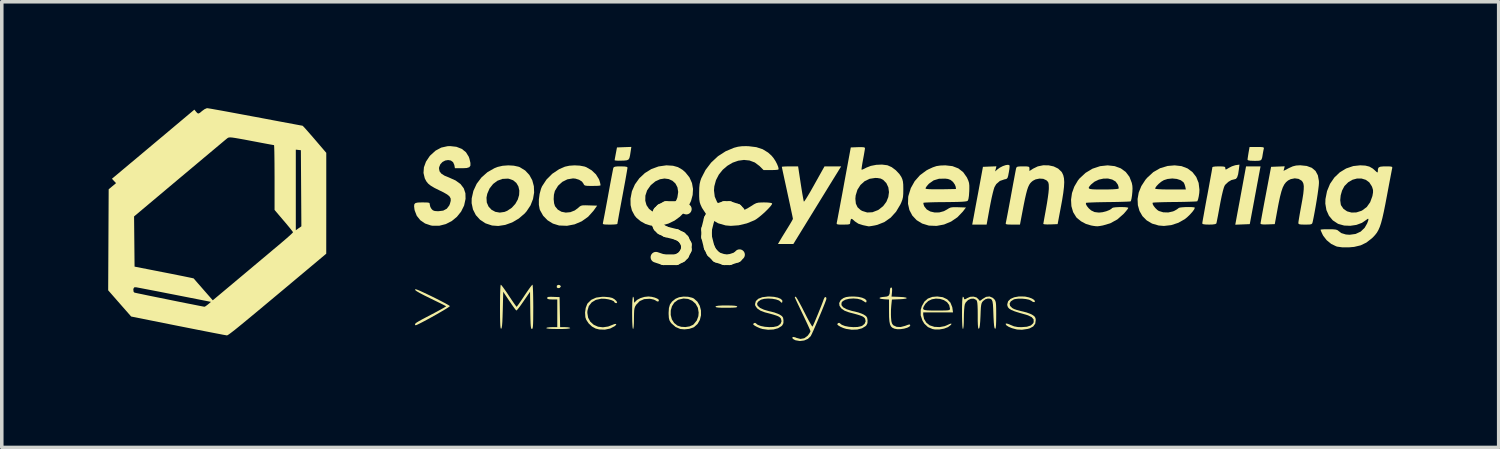
<source format=kicad_pcb>
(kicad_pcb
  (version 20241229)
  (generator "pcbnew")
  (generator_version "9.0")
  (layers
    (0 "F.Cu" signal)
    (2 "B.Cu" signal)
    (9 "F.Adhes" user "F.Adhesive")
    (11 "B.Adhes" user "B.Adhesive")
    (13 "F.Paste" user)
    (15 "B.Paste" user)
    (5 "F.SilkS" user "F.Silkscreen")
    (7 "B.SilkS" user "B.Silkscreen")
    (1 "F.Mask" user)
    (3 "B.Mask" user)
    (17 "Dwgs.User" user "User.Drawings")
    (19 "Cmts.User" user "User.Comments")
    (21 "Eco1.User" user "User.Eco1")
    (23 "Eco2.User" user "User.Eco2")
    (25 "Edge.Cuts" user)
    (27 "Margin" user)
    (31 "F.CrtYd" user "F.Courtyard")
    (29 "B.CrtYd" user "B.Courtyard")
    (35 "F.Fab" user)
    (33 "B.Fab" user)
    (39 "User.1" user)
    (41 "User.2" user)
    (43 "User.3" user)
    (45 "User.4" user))
  (footprint "SC"
    (layer "F.Cu")
    (at 16.622 3.595)
    (property "Reference" "SC" (at 0 0 0) (layer "F.SilkS") (effects (font (size 1.5 1.5) (thickness 0.3))))
    (attr board_only exclude_from_pos_files exclude_from_bom)
    (fp_poly (pts (xy -3.882 1.397) (xy -3.861 1.427) (xy -3.862 1.439) (xy -3.894 1.473) (xy -3.942 1.479) (xy -3.973 1.458) (xy -3.974 1.416) (xy -3.964 1.401) (xy -3.924 1.386)) (stroke (width 0) (type solid)) (fill yes) (layer "F.SilkS"))
    (fp_poly (pts (xy -1.891 -2.379) (xy -1.909 -2.263) (xy -1.927 -2.188) (xy -1.954 -2.146) (xy -1.999 -2.126) (xy -2.073 -2.118) (xy -2.145 -2.116) (xy -2.239 -2.114) (xy -2.309 -2.118) (xy -2.342 -2.126) (xy -2.343 -2.129) (xy -2.338 -2.163) (xy -2.325 -2.233) (xy -2.309 -2.319) (xy -2.277 -2.488) (xy -2.075 -2.496) (xy -1.872 -2.503)) (stroke (width 0) (type solid)) (fill yes) (layer "F.SilkS"))
    (fp_poly (pts (xy 0.949 1.969) (xy 1.044 1.975) (xy 1.097 1.986) (xy 1.114 1.999) (xy 1.106 2.014) (xy 1.067 2.024) (xy 0.991 2.029) (xy 0.872 2.032) (xy 0.808 2.032) (xy 0.668 2.031) (xy 0.575 2.026) (xy 0.521 2.018) (xy 0.501 2.006) (xy 0.501 1.999) (xy 0.524 1.984) (xy 0.584 1.974) (xy 0.685 1.968) (xy 0.808 1.967)) (stroke (width 0) (type solid)) (fill yes) (layer "F.SilkS"))
    (fp_poly (pts (xy 15.849 -1.856) (xy 15.84 -1.805) (xy 15.822 -1.711) (xy 15.798 -1.58) (xy 15.768 -1.422) (xy 15.735 -1.243) (xy 15.699 -1.052) (xy 15.698 -1.042) (xy 15.564 -0.326) (xy 15.36 -0.318) (xy 15.155 -0.31) (xy 15.169 -0.383) (xy 15.177 -0.427) (xy 15.193 -0.515) (xy 15.216 -0.639) (xy 15.245 -0.794) (xy 15.278 -0.97) (xy 15.313 -1.162) (xy 15.321 -1.205) (xy 15.459 -1.954) (xy 15.663 -1.954) (xy 15.868 -1.954)) (stroke (width 0) (type solid)) (fill yes) (layer "F.SilkS"))
    (fp_poly (pts (xy 15.869 -2.5) (xy 15.93 -2.495) (xy 15.958 -2.484) (xy 15.962 -2.464) (xy 15.96 -2.455) (xy 15.948 -2.4) (xy 15.934 -2.323) (xy 15.931 -2.306) (xy 15.915 -2.208) (xy 15.896 -2.15) (xy 15.862 -2.121) (xy 15.8 -2.111) (xy 15.7 -2.11) (xy 15.694 -2.11) (xy 15.58 -2.114) (xy 15.516 -2.126) (xy 15.501 -2.141) (xy 15.505 -2.181) (xy 15.516 -2.255) (xy 15.529 -2.336) (xy 15.558 -2.501) (xy 15.765 -2.501)) (stroke (width 0) (type solid)) (fill yes) (layer "F.SilkS"))
    (fp_poly (pts (xy -4.071 1.725) (xy -3.895 1.732) (xy -3.888 2.156) (xy -3.88 2.579) (xy -3.738 2.579) (xy -3.659 2.583) (xy -3.608 2.594) (xy -3.595 2.605) (xy -3.62 2.616) (xy -3.692 2.625) (xy -3.805 2.63) (xy -3.934 2.631) (xy -4.079 2.629) (xy -4.187 2.624) (xy -4.253 2.615) (xy -4.272 2.605) (xy -4.249 2.591) (xy -4.187 2.582) (xy -4.116 2.579) (xy -3.96 2.579) (xy -3.96 2.188) (xy -3.96 1.798) (xy -4.103 1.798) (xy -4.189 1.794) (xy -4.233 1.782) (xy -4.246 1.759) (xy -4.246 1.757) (xy -4.237 1.736) (xy -4.204 1.725) (xy -4.135 1.723)) (stroke (width 0) (type solid)) (fill yes) (layer "F.SilkS"))
    (fp_poly (pts (xy 8.79 -1.983) (xy 8.79 -1.983) (xy 8.792 -1.948) (xy 8.786 -1.878) (xy 8.771 -1.786) (xy 8.77 -1.782) (xy 8.752 -1.688) (xy 8.735 -1.633) (xy 8.711 -1.605) (xy 8.673 -1.592) (xy 8.648 -1.588) (xy 8.517 -1.543) (xy 8.418 -1.457) (xy 8.367 -1.372) (xy 8.347 -1.311) (xy 8.32 -1.21) (xy 8.289 -1.078) (xy 8.258 -0.927) (xy 8.231 -0.788) (xy 8.145 -0.313) (xy 7.942 -0.313) (xy 7.739 -0.313) (xy 7.752 -0.384) (xy 7.76 -0.428) (xy 7.777 -0.515) (xy 7.8 -0.64) (xy 7.828 -0.794) (xy 7.861 -0.97) (xy 7.897 -1.161) (xy 7.904 -1.198) (xy 8.041 -1.941) (xy 8.231 -1.949) (xy 8.421 -1.956) (xy 8.403 -1.883) (xy 8.384 -1.811) (xy 8.445 -1.866) (xy 8.518 -1.919) (xy 8.602 -1.962) (xy 8.685 -1.99) (xy 8.752 -1.999)) (stroke (width 0) (type solid)) (fill yes) (layer "F.SilkS"))
    (fp_poly (pts (xy -2.067 -1.951) (xy -2.005 -1.942) (xy -1.981 -1.925) (xy -1.98 -1.919) (xy -1.985 -1.886) (xy -1.998 -1.808) (xy -2.018 -1.692) (xy -2.044 -1.545) (xy -2.076 -1.373) (xy -2.111 -1.183) (xy -2.123 -1.118) (xy -2.159 -0.925) (xy -2.192 -0.748) (xy -2.22 -0.595) (xy -2.242 -0.47) (xy -2.258 -0.382) (xy -2.266 -0.337) (xy -2.266 -0.332) (xy -2.29 -0.323) (xy -2.354 -0.316) (xy -2.446 -0.313) (xy -2.477 -0.313) (xy -2.581 -0.314) (xy -2.642 -0.319) (xy -2.671 -0.329) (xy -2.676 -0.348) (xy -2.673 -0.358) (xy -2.666 -0.395) (xy -2.65 -0.476) (xy -2.627 -0.594) (xy -2.599 -0.743) (xy -2.567 -0.915) (xy -2.532 -1.103) (xy -2.527 -1.133) (xy -2.492 -1.323) (xy -2.46 -1.498) (xy -2.431 -1.651) (xy -2.407 -1.775) (xy -2.39 -1.862) (xy -2.381 -1.906) (xy -2.38 -1.908) (xy -2.365 -1.932) (xy -2.33 -1.946) (xy -2.263 -1.953) (xy -2.174 -1.954)) (stroke (width 0) (type solid)) (fill yes) (layer "F.SilkS"))
    (fp_poly (pts (xy -1.3 1.723) (xy -1.211 1.745) (xy -1.139 1.775) (xy -1.098 1.807) (xy -1.094 1.82) (xy -1.11 1.856) (xy -1.149 1.852) (xy -1.177 1.832) (xy -1.234 1.803) (xy -1.321 1.783) (xy -1.362 1.779) (xy -1.512 1.789) (xy -1.636 1.844) (xy -1.734 1.945) (xy -1.738 1.951) (xy -1.765 1.996) (xy -1.782 2.043) (xy -1.792 2.106) (xy -1.796 2.196) (xy -1.798 2.325) (xy -1.798 2.335) (xy -1.8 2.468) (xy -1.806 2.565) (xy -1.816 2.62) (xy -1.824 2.631) (xy -1.834 2.606) (xy -1.841 2.532) (xy -1.847 2.413) (xy -1.849 2.253) (xy -1.85 2.175) (xy -1.848 1.999) (xy -1.844 1.863) (xy -1.837 1.77) (xy -1.828 1.724) (xy -1.824 1.719) (xy -1.807 1.742) (xy -1.797 1.799) (xy -1.797 1.817) (xy -1.794 1.876) (xy -1.784 1.889) (xy -1.769 1.869) (xy -1.711 1.811) (xy -1.617 1.761) (xy -1.505 1.726) (xy -1.391 1.714)) (stroke (width 0) (type solid)) (fill yes) (layer "F.SilkS"))
    (fp_poly (pts (xy -7.911 1.522) (xy -7.838 1.552) (xy -7.738 1.598) (xy -7.619 1.654) (xy -7.49 1.716) (xy -7.359 1.781) (xy -7.236 1.844) (xy -7.129 1.9) (xy -7.047 1.946) (xy -6.998 1.976) (xy -6.988 1.986) (xy -7.008 2.005) (xy -7.066 2.043) (xy -7.154 2.097) (xy -7.264 2.161) (xy -7.387 2.232) (xy -7.516 2.304) (xy -7.642 2.373) (xy -7.757 2.434) (xy -7.853 2.483) (xy -7.922 2.516) (xy -7.956 2.527) (xy -7.972 2.507) (xy -7.972 2.504) (xy -7.968 2.488) (xy -7.953 2.47) (xy -7.922 2.446) (xy -7.867 2.413) (xy -7.784 2.367) (xy -7.667 2.305) (xy -7.509 2.222) (xy -7.495 2.215) (xy -7.363 2.145) (xy -7.251 2.084) (xy -7.164 2.035) (xy -7.109 2.002) (xy -7.094 1.989) (xy -7.12 1.975) (xy -7.185 1.941) (xy -7.282 1.893) (xy -7.403 1.834) (xy -7.532 1.771) (xy -7.708 1.684) (xy -7.838 1.616) (xy -7.924 1.566) (xy -7.967 1.532) (xy -7.97 1.515) (xy -7.948 1.511)) (stroke (width 0) (type solid)) (fill yes) (layer "F.SilkS"))
    (fp_poly (pts (xy -2.618 1.724) (xy -2.496 1.735) (xy -2.411 1.755) (xy -2.354 1.787) (xy -2.295 1.84) (xy -2.272 1.88) (xy -2.289 1.9) (xy -2.303 1.902) (xy -2.339 1.889) (xy -2.345 1.878) (xy -2.368 1.847) (xy -2.43 1.818) (xy -2.517 1.794) (xy -2.614 1.779) (xy -2.709 1.776) (xy -2.723 1.777) (xy -2.874 1.81) (xy -2.991 1.881) (xy -3.071 1.984) (xy -3.11 2.118) (xy -3.113 2.175) (xy -3.09 2.313) (xy -3.027 2.427) (xy -2.932 2.512) (xy -2.811 2.566) (xy -2.673 2.583) (xy -2.526 2.561) (xy -2.43 2.524) (xy -2.353 2.493) (xy -2.306 2.487) (xy -2.296 2.503) (xy -2.327 2.539) (xy -2.345 2.553) (xy -2.47 2.618) (xy -2.619 2.649) (xy -2.776 2.644) (xy -2.879 2.618) (xy -2.981 2.562) (xy -3.074 2.475) (xy -3.142 2.374) (xy -3.168 2.3) (xy -3.177 2.167) (xy -3.158 2.036) (xy -3.116 1.926) (xy -3.103 1.906) (xy -3.002 1.808) (xy -2.865 1.746) (xy -2.694 1.723)) (stroke (width 0) (type solid)) (fill yes) (layer "F.SilkS"))
    (fp_poly (pts (xy -0.272 1.722) (xy -0.155 1.75) (xy -0.11 1.771) (xy -0.01 1.86) (xy 0.057 1.976) (xy 0.091 2.107) (xy 0.092 2.244) (xy 0.06 2.375) (xy -0.005 2.489) (xy -0.101 2.575) (xy -0.126 2.589) (xy -0.241 2.627) (xy -0.374 2.641) (xy -0.492 2.631) (xy -0.624 2.574) (xy -0.741 2.472) (xy -0.767 2.439) (xy -0.797 2.387) (xy -0.814 2.321) (xy -0.819 2.235) (xy -0.762 2.235) (xy -0.731 2.357) (xy -0.666 2.461) (xy -0.572 2.535) (xy -0.466 2.569) (xy -0.345 2.576) (xy -0.228 2.557) (xy -0.134 2.514) (xy -0.115 2.499) (xy -0.027 2.391) (xy 0.018 2.268) (xy 0.026 2.167) (xy 0.003 2.031) (xy -0.06 1.919) (xy -0.155 1.834) (xy -0.272 1.783) (xy -0.403 1.771) (xy -0.54 1.803) (xy -0.562 1.813) (xy -0.661 1.886) (xy -0.727 1.989) (xy -0.761 2.109) (xy -0.762 2.235) (xy -0.819 2.235) (xy -0.82 2.225) (xy -0.821 2.175) (xy -0.812 2.039) (xy -0.783 1.939) (xy -0.725 1.858) (xy -0.63 1.781) (xy -0.625 1.778) (xy -0.527 1.736) (xy -0.403 1.717)) (stroke (width 0) (type solid)) (fill yes) (layer "F.SilkS"))
    (fp_poly (pts (xy 5.475 1.473) (xy 5.481 1.521) (xy 5.477 1.588) (xy 5.464 1.717) (xy 5.682 1.725) (xy 5.804 1.733) (xy 5.875 1.746) (xy 5.896 1.76) (xy 5.864 1.775) (xy 5.782 1.786) (xy 5.688 1.792) (xy 5.475 1.8) (xy 5.457 1.968) (xy 5.448 2.092) (xy 5.447 2.23) (xy 5.45 2.309) (xy 5.459 2.41) (xy 5.476 2.474) (xy 5.505 2.516) (xy 5.521 2.53) (xy 5.609 2.57) (xy 5.721 2.575) (xy 5.845 2.543) (xy 5.853 2.54) (xy 5.933 2.51) (xy 5.976 2.503) (xy 5.991 2.52) (xy 5.992 2.528) (xy 5.968 2.564) (xy 5.906 2.595) (xy 5.819 2.62) (xy 5.722 2.635) (xy 5.627 2.637) (xy 5.55 2.623) (xy 5.491 2.597) (xy 5.449 2.559) (xy 5.421 2.5) (xy 5.404 2.414) (xy 5.395 2.292) (xy 5.393 2.131) (xy 5.393 1.8) (xy 5.256 1.792) (xy 5.165 1.781) (xy 5.125 1.764) (xy 5.136 1.745) (xy 5.197 1.73) (xy 5.253 1.725) (xy 5.34 1.714) (xy 5.389 1.685) (xy 5.412 1.628) (xy 5.418 1.531) (xy 5.418 1.531) (xy 5.43 1.476) (xy 5.454 1.459)) (stroke (width 0) (type solid)) (fill yes) (layer "F.SilkS"))
    (fp_poly (pts (xy 2.904 -1.465) (xy 2.928 -1.312) (xy 2.95 -1.176) (xy 2.97 -1.066) (xy 2.984 -0.991) (xy 2.993 -0.959) (xy 2.993 -0.959) (xy 3.01 -0.976) (xy 3.048 -1.032) (xy 3.103 -1.121) (xy 3.172 -1.237) (xy 3.25 -1.375) (xy 3.291 -1.448) (xy 3.574 -1.954) (xy 3.809 -1.954) (xy 4.044 -1.954) (xy 4.007 -1.895) (xy 3.986 -1.862) (xy 3.941 -1.788) (xy 3.874 -1.68) (xy 3.788 -1.541) (xy 3.687 -1.377) (xy 3.573 -1.191) (xy 3.449 -0.99) (xy 3.333 -0.801) (xy 2.696 0.234) (xy 2.479 0.234) (xy 2.262 0.234) (xy 2.331 0.116) (xy 2.376 0.04) (xy 2.439 -0.062) (xy 2.509 -0.175) (xy 2.542 -0.228) (xy 2.601 -0.325) (xy 2.648 -0.405) (xy 2.677 -0.459) (xy 2.683 -0.475) (xy 2.678 -0.506) (xy 2.663 -0.58) (xy 2.639 -0.692) (xy 2.609 -0.835) (xy 2.573 -1.002) (xy 2.533 -1.186) (xy 2.527 -1.214) (xy 2.487 -1.399) (xy 2.45 -1.568) (xy 2.419 -1.713) (xy 2.394 -1.828) (xy 2.378 -1.906) (xy 2.371 -1.941) (xy 2.371 -1.942) (xy 2.395 -1.947) (xy 2.459 -1.951) (xy 2.552 -1.954) (xy 2.6 -1.954) (xy 2.83 -1.954)) (stroke (width 0) (type solid)) (fill yes) (layer "F.SilkS"))
    (fp_poly (pts (xy -5.187 -1.974) (xy -5.053 -1.945) (xy -5.018 -1.932) (xy -4.865 -1.838) (xy -4.747 -1.712) (xy -4.665 -1.562) (xy -4.62 -1.394) (xy -4.613 -1.216) (xy -4.644 -1.034) (xy -4.714 -0.855) (xy -4.825 -0.688) (xy -4.88 -0.625) (xy -5.046 -0.483) (xy -5.232 -0.374) (xy -5.428 -0.304) (xy -5.624 -0.274) (xy -5.8 -0.287) (xy -5.983 -0.348) (xy -6.136 -0.448) (xy -6.256 -0.58) (xy -6.337 -0.739) (xy -6.375 -0.917) (xy -6.373 -1.05) (xy -6.368 -1.073) (xy -5.956 -1.073) (xy -5.948 -0.937) (xy -5.898 -0.821) (xy -5.815 -0.732) (xy -5.707 -0.673) (xy -5.582 -0.651) (xy -5.449 -0.67) (xy -5.372 -0.701) (xy -5.241 -0.789) (xy -5.142 -0.898) (xy -5.073 -1.02) (xy -5.036 -1.147) (xy -5.03 -1.272) (xy -5.056 -1.388) (xy -5.114 -1.487) (xy -5.204 -1.562) (xy -5.325 -1.605) (xy -5.354 -1.609) (xy -5.506 -1.601) (xy -5.648 -1.549) (xy -5.771 -1.457) (xy -5.869 -1.332) (xy -5.934 -1.182) (xy -5.956 -1.073) (xy -6.368 -1.073) (xy -6.325 -1.264) (xy -6.232 -1.464) (xy -6.098 -1.641) (xy -5.93 -1.79) (xy -5.732 -1.903) (xy -5.641 -1.939) (xy -5.501 -1.971) (xy -5.343 -1.983)) (stroke (width 0) (type solid)) (fill yes) (layer "F.SilkS"))
    (fp_poly (pts (xy 15.256 -1.863) (xy 15.236 -1.732) (xy 15.209 -1.647) (xy 15.174 -1.602) (xy 15.13 -1.589) (xy 15.047 -1.569) (xy 14.957 -1.516) (xy 14.88 -1.444) (xy 14.854 -1.408) (xy 14.833 -1.355) (xy 14.806 -1.26) (xy 14.775 -1.13) (xy 14.743 -0.975) (xy 14.72 -0.854) (xy 14.692 -0.701) (xy 14.667 -0.565) (xy 14.645 -0.455) (xy 14.63 -0.378) (xy 14.622 -0.345) (xy 14.589 -0.326) (xy 14.507 -0.315) (xy 14.417 -0.313) (xy 14.308 -0.316) (xy 14.245 -0.326) (xy 14.224 -0.344) (xy 14.224 -0.345) (xy 14.229 -0.378) (xy 14.242 -0.456) (xy 14.263 -0.571) (xy 14.289 -0.718) (xy 14.32 -0.89) (xy 14.355 -1.079) (xy 14.368 -1.144) (xy 14.404 -1.338) (xy 14.436 -1.515) (xy 14.464 -1.669) (xy 14.487 -1.793) (xy 14.502 -1.882) (xy 14.51 -1.928) (xy 14.511 -1.933) (xy 14.534 -1.943) (xy 14.597 -1.951) (xy 14.686 -1.954) (xy 14.693 -1.954) (xy 14.789 -1.952) (xy 14.844 -1.946) (xy 14.869 -1.932) (xy 14.875 -1.906) (xy 14.875 -1.901) (xy 14.878 -1.871) (xy 14.894 -1.866) (xy 14.935 -1.888) (xy 14.973 -1.911) (xy 15.061 -1.956) (xy 15.154 -1.986) (xy 15.172 -1.989) (xy 15.273 -2.004)) (stroke (width 0) (type solid)) (fill yes) (layer "F.SilkS"))
    (fp_poly (pts (xy -0.698 -1.972) (xy -0.558 -1.933) (xy -0.433 -1.86) (xy -0.347 -1.785) (xy -0.232 -1.641) (xy -0.162 -1.483) (xy -0.133 -1.317) (xy -0.143 -1.148) (xy -0.189 -0.98) (xy -0.266 -0.818) (xy -0.371 -0.669) (xy -0.502 -0.536) (xy -0.654 -0.425) (xy -0.825 -0.342) (xy -1.011 -0.29) (xy -1.208 -0.276) (xy -1.336 -0.288) (xy -1.472 -0.33) (xy -1.607 -0.405) (xy -1.724 -0.501) (xy -1.779 -0.567) (xy -1.856 -0.711) (xy -1.893 -0.862) (xy -1.895 -0.986) (xy -1.479 -0.986) (xy -1.445 -0.862) (xy -1.374 -0.756) (xy -1.278 -0.683) (xy -1.263 -0.676) (xy -1.163 -0.655) (xy -1.042 -0.66) (xy -0.923 -0.69) (xy -0.897 -0.7) (xy -0.783 -0.775) (xy -0.679 -0.885) (xy -0.6 -1.01) (xy -0.573 -1.082) (xy -0.551 -1.233) (xy -0.572 -1.363) (xy -0.627 -1.469) (xy -0.711 -1.547) (xy -0.817 -1.596) (xy -0.937 -1.612) (xy -1.065 -1.591) (xy -1.194 -1.532) (xy -1.317 -1.43) (xy -1.332 -1.414) (xy -1.428 -1.277) (xy -1.476 -1.13) (xy -1.479 -0.986) (xy -1.895 -0.986) (xy -1.896 -1.037) (xy -1.896 -1.042) (xy -1.856 -1.252) (xy -1.771 -1.446) (xy -1.647 -1.619) (xy -1.491 -1.765) (xy -1.309 -1.878) (xy -1.106 -1.952) (xy -0.889 -1.983) (xy -0.87 -1.983)) (stroke (width 0) (type solid)) (fill yes) (layer "F.SilkS"))
    (fp_poly (pts (xy 6.908 1.734) (xy 7.033 1.793) (xy 7.124 1.887) (xy 7.176 2.015) (xy 7.182 2.054) (xy 7.197 2.162) (xy 6.777 2.162) (xy 6.357 2.162) (xy 6.357 2.23) (xy 6.381 2.347) (xy 6.445 2.452) (xy 6.539 2.527) (xy 6.541 2.528) (xy 6.672 2.57) (xy 6.82 2.577) (xy 6.962 2.551) (xy 7.021 2.527) (xy 7.107 2.487) (xy 7.15 2.477) (xy 7.15 2.497) (xy 7.137 2.516) (xy 7.057 2.577) (xy 6.944 2.621) (xy 6.814 2.644) (xy 6.682 2.643) (xy 6.62 2.632) (xy 6.491 2.577) (xy 6.389 2.481) (xy 6.337 2.396) (xy 6.286 2.245) (xy 6.287 2.092) (xy 6.301 2.047) (xy 6.353 2.047) (xy 6.361 2.077) (xy 6.4 2.096) (xy 6.476 2.106) (xy 6.593 2.11) (xy 6.734 2.11) (xy 6.881 2.11) (xy 6.984 2.108) (xy 7.051 2.104) (xy 7.089 2.096) (xy 7.107 2.083) (xy 7.112 2.065) (xy 7.112 2.057) (xy 7.089 1.955) (xy 7.029 1.874) (xy 6.939 1.816) (xy 6.831 1.782) (xy 6.715 1.774) (xy 6.601 1.793) (xy 6.498 1.842) (xy 6.416 1.922) (xy 6.406 1.939) (xy 6.369 2.002) (xy 6.353 2.047) (xy 6.301 2.047) (xy 6.318 1.987) (xy 6.391 1.858) (xy 6.488 1.773) (xy 6.614 1.726) (xy 6.751 1.714)) (stroke (width 0) (type solid)) (fill yes) (layer "F.SilkS"))
    (fp_poly (pts (xy 9.208 1.715) (xy 9.242 1.719) (xy 9.339 1.74) (xy 9.425 1.773) (xy 9.486 1.813) (xy 9.509 1.85) (xy 9.491 1.874) (xy 9.449 1.866) (xy 9.401 1.833) (xy 9.343 1.805) (xy 9.251 1.786) (xy 9.142 1.775) (xy 9.033 1.776) (xy 8.941 1.788) (xy 8.909 1.798) (xy 8.827 1.85) (xy 8.793 1.913) (xy 8.806 1.979) (xy 8.867 2.04) (xy 8.924 2.07) (xy 9.001 2.096) (xy 9.102 2.123) (xy 9.167 2.138) (xy 9.272 2.165) (xy 9.373 2.202) (xy 9.421 2.224) (xy 9.488 2.269) (xy 9.52 2.318) (xy 9.53 2.373) (xy 9.516 2.478) (xy 9.458 2.559) (xy 9.355 2.614) (xy 9.299 2.629) (xy 9.141 2.652) (xy 9.008 2.646) (xy 8.975 2.639) (xy 8.858 2.607) (xy 8.765 2.568) (xy 8.703 2.528) (xy 8.681 2.491) (xy 8.685 2.48) (xy 8.715 2.477) (xy 8.775 2.496) (xy 8.822 2.517) (xy 8.918 2.556) (xy 9.021 2.575) (xy 9.124 2.579) (xy 9.281 2.567) (xy 9.392 2.531) (xy 9.458 2.47) (xy 9.472 2.434) (xy 9.469 2.359) (xy 9.416 2.297) (xy 9.313 2.246) (xy 9.25 2.226) (xy 9.072 2.176) (xy 8.938 2.134) (xy 8.843 2.095) (xy 8.781 2.056) (xy 8.745 2.015) (xy 8.729 1.966) (xy 8.727 1.931) (xy 8.751 1.849) (xy 8.818 1.783) (xy 8.922 1.737) (xy 9.054 1.713)) (stroke (width 0) (type solid)) (fill yes) (layer "F.SilkS"))
    (fp_poly (pts (xy -3.324 -1.975) (xy -3.193 -1.95) (xy -3.143 -1.932) (xy -2.992 -1.844) (xy -2.87 -1.729) (xy -2.788 -1.597) (xy -2.773 -1.56) (xy -2.751 -1.485) (xy -2.741 -1.432) (xy -2.742 -1.417) (xy -2.773 -1.41) (xy -2.839 -1.405) (xy -2.895 -1.404) (xy -3.025 -1.403) (xy -3.113 -1.405) (xy -3.167 -1.412) (xy -3.198 -1.426) (xy -3.213 -1.448) (xy -3.218 -1.461) (xy -3.263 -1.525) (xy -3.345 -1.577) (xy -3.449 -1.609) (xy -3.517 -1.615) (xy -3.675 -1.589) (xy -3.818 -1.518) (xy -3.938 -1.408) (xy -4.026 -1.265) (xy -4.029 -1.258) (xy -4.055 -1.154) (xy -4.062 -1.031) (xy -4.05 -0.913) (xy -4.024 -0.831) (xy -3.947 -0.736) (xy -3.843 -0.675) (xy -3.721 -0.651) (xy -3.591 -0.663) (xy -3.465 -0.713) (xy -3.371 -0.784) (xy -3.33 -0.821) (xy -3.292 -0.844) (xy -3.243 -0.855) (xy -3.17 -0.857) (xy -3.063 -0.854) (xy -2.836 -0.847) (xy -2.94 -0.701) (xy -3.09 -0.534) (xy -3.27 -0.406) (xy -3.471 -0.32) (xy -3.685 -0.279) (xy -3.906 -0.287) (xy -3.915 -0.289) (xy -4.083 -0.341) (xy -4.235 -0.435) (xy -4.359 -0.563) (xy -4.445 -0.717) (xy -4.457 -0.748) (xy -4.479 -0.871) (xy -4.479 -1.021) (xy -4.458 -1.177) (xy -4.419 -1.322) (xy -4.39 -1.391) (xy -4.265 -1.582) (xy -4.101 -1.746) (xy -3.906 -1.876) (xy -3.744 -1.946) (xy -3.62 -1.973) (xy -3.473 -1.983)) (stroke (width 0) (type solid)) (fill yes) (layer "F.SilkS"))
    (fp_poly (pts (xy 2.781 1.742) (xy 2.819 1.803) (xy 2.871 1.897) (xy 2.935 2.016) (xy 3.004 2.153) (xy 3.005 2.154) (xy 3.073 2.288) (xy 3.135 2.404) (xy 3.185 2.492) (xy 3.22 2.548) (xy 3.236 2.564) (xy 3.236 2.564) (xy 3.257 2.522) (xy 3.292 2.443) (xy 3.336 2.338) (xy 3.386 2.218) (xy 3.436 2.094) (xy 3.483 1.978) (xy 3.521 1.879) (xy 3.546 1.811) (xy 3.553 1.789) (xy 3.577 1.741) (xy 3.607 1.728) (xy 3.626 1.752) (xy 3.626 1.787) (xy 3.612 1.83) (xy 3.582 1.91) (xy 3.538 2.02) (xy 3.485 2.15) (xy 3.426 2.29) (xy 3.366 2.432) (xy 3.308 2.566) (xy 3.257 2.682) (xy 3.215 2.773) (xy 3.188 2.827) (xy 3.184 2.834) (xy 3.107 2.908) (xy 3 2.955) (xy 2.878 2.97) (xy 2.759 2.949) (xy 2.745 2.944) (xy 2.693 2.915) (xy 2.672 2.895) (xy 2.668 2.863) (xy 2.7 2.855) (xy 2.76 2.87) (xy 2.786 2.882) (xy 2.897 2.911) (xy 3.004 2.892) (xy 3.096 2.824) (xy 3.113 2.803) (xy 3.154 2.744) (xy 3.177 2.699) (xy 3.178 2.691) (xy 3.167 2.661) (xy 3.137 2.591) (xy 3.091 2.49) (xy 3.032 2.365) (xy 2.965 2.223) (xy 2.957 2.207) (xy 2.889 2.065) (xy 2.829 1.939) (xy 2.781 1.837) (xy 2.749 1.767) (xy 2.736 1.735) (xy 2.735 1.734) (xy 2.755 1.72) (xy 2.761 1.719)) (stroke (width 0) (type solid)) (fill yes) (layer "F.SilkS"))
    (fp_poly (pts (xy 4.53 1.725) (xy 4.635 1.749) (xy 4.714 1.784) (xy 4.757 1.826) (xy 4.756 1.872) (xy 4.755 1.875) (xy 4.726 1.88) (xy 4.686 1.852) (xy 4.609 1.806) (xy 4.505 1.779) (xy 4.388 1.77) (xy 4.271 1.778) (xy 4.167 1.803) (xy 4.089 1.844) (xy 4.054 1.89) (xy 4.052 1.958) (xy 4.101 2.02) (xy 4.2 2.075) (xy 4.347 2.121) (xy 4.425 2.138) (xy 4.53 2.165) (xy 4.632 2.202) (xy 4.679 2.224) (xy 4.745 2.267) (xy 4.776 2.313) (xy 4.788 2.383) (xy 4.788 2.385) (xy 4.785 2.466) (xy 4.757 2.524) (xy 4.732 2.55) (xy 4.632 2.611) (xy 4.498 2.646) (xy 4.342 2.651) (xy 4.185 2.628) (xy 4.104 2.603) (xy 4.025 2.568) (xy 3.963 2.531) (xy 3.934 2.501) (xy 3.934 2.497) (xy 3.953 2.466) (xy 3.989 2.457) (xy 4.009 2.471) (xy 4.062 2.513) (xy 4.152 2.547) (xy 4.265 2.569) (xy 4.388 2.578) (xy 4.506 2.574) (xy 4.605 2.553) (xy 4.638 2.54) (xy 4.706 2.483) (xy 4.734 2.412) (xy 4.718 2.34) (xy 4.701 2.317) (xy 4.675 2.294) (xy 4.638 2.272) (xy 4.581 2.25) (xy 4.496 2.223) (xy 4.375 2.19) (xy 4.263 2.161) (xy 4.138 2.114) (xy 4.048 2.051) (xy 3.997 1.977) (xy 3.988 1.9) (xy 4.025 1.825) (xy 4.044 1.805) (xy 4.107 1.759) (xy 4.181 1.731) (xy 4.28 1.717) (xy 4.405 1.715)) (stroke (width 0) (type solid)) (fill yes) (layer "F.SilkS"))
    (fp_poly (pts (xy 2.152 1.724) (xy 2.262 1.748) (xy 2.342 1.783) (xy 2.385 1.826) (xy 2.384 1.874) (xy 2.382 1.879) (xy 2.358 1.89) (xy 2.34 1.867) (xy 2.292 1.827) (xy 2.207 1.797) (xy 2.099 1.778) (xy 1.984 1.772) (xy 1.874 1.78) (xy 1.785 1.804) (xy 1.773 1.81) (xy 1.698 1.864) (xy 1.671 1.922) (xy 1.692 1.98) (xy 1.757 2.036) (xy 1.865 2.086) (xy 2.012 2.129) (xy 2.055 2.138) (xy 2.16 2.165) (xy 2.261 2.202) (xy 2.309 2.224) (xy 2.374 2.267) (xy 2.406 2.313) (xy 2.417 2.383) (xy 2.417 2.385) (xy 2.415 2.466) (xy 2.386 2.524) (xy 2.361 2.55) (xy 2.263 2.61) (xy 2.133 2.645) (xy 1.982 2.652) (xy 1.828 2.631) (xy 1.753 2.608) (xy 1.675 2.574) (xy 1.608 2.538) (xy 1.568 2.507) (xy 1.563 2.497) (xy 1.582 2.466) (xy 1.619 2.458) (xy 1.639 2.471) (xy 1.691 2.513) (xy 1.781 2.547) (xy 1.894 2.569) (xy 2.017 2.578) (xy 2.135 2.574) (xy 2.234 2.553) (xy 2.267 2.54) (xy 2.336 2.483) (xy 2.363 2.412) (xy 2.347 2.34) (xy 2.33 2.317) (xy 2.304 2.294) (xy 2.267 2.272) (xy 2.21 2.25) (xy 2.125 2.223) (xy 2.004 2.19) (xy 1.892 2.161) (xy 1.769 2.114) (xy 1.677 2.051) (xy 1.624 1.977) (xy 1.615 1.93) (xy 1.639 1.843) (xy 1.708 1.778) (xy 1.82 1.735) (xy 1.971 1.716) (xy 2.02 1.715)) (stroke (width 0) (type solid)) (fill yes) (layer "F.SilkS"))
    (fp_poly (pts (xy 16.989 -1.985) (xy 17.171 -1.966) (xy 17.314 -1.913) (xy 17.418 -1.825) (xy 17.484 -1.702) (xy 17.513 -1.543) (xy 17.514 -1.485) (xy 17.509 -1.412) (xy 17.495 -1.298) (xy 17.475 -1.156) (xy 17.45 -0.996) (xy 17.422 -0.83) (xy 17.393 -0.667) (xy 17.365 -0.52) (xy 17.34 -0.4) (xy 17.333 -0.371) (xy 17.321 -0.341) (xy 17.297 -0.324) (xy 17.248 -0.315) (xy 17.164 -0.313) (xy 17.126 -0.313) (xy 17.026 -0.314) (xy 16.968 -0.321) (xy 16.94 -0.334) (xy 16.934 -0.358) (xy 16.934 -0.358) (xy 16.938 -0.398) (xy 16.951 -0.48) (xy 16.97 -0.593) (xy 16.994 -0.728) (xy 17.011 -0.821) (xy 17.048 -1.024) (xy 17.073 -1.183) (xy 17.085 -1.305) (xy 17.087 -1.396) (xy 17.077 -1.464) (xy 17.055 -1.514) (xy 17.026 -1.551) (xy 16.94 -1.602) (xy 16.833 -1.617) (xy 16.72 -1.595) (xy 16.644 -1.557) (xy 16.587 -1.509) (xy 16.538 -1.446) (xy 16.494 -1.36) (xy 16.455 -1.245) (xy 16.416 -1.094) (xy 16.375 -0.9) (xy 16.355 -0.795) (xy 16.269 -0.326) (xy 16.067 -0.318) (xy 15.959 -0.316) (xy 15.896 -0.322) (xy 15.869 -0.335) (xy 15.867 -0.344) (xy 15.872 -0.377) (xy 15.886 -0.455) (xy 15.907 -0.571) (xy 15.934 -0.718) (xy 15.966 -0.891) (xy 16.002 -1.081) (xy 16.017 -1.159) (xy 16.165 -1.941) (xy 16.357 -1.949) (xy 16.549 -1.956) (xy 16.533 -1.892) (xy 16.516 -1.827) (xy 16.67 -1.907) (xy 16.776 -1.955) (xy 16.869 -1.978) (xy 16.979 -1.985)) (stroke (width 0) (type solid)) (fill yes) (layer "F.SilkS"))
    (fp_poly (pts (xy -4.653 1.406) (xy -4.648 1.475) (xy -4.643 1.583) (xy -4.64 1.722) (xy -4.638 1.884) (xy -4.637 2.006) (xy -4.638 2.205) (xy -4.639 2.358) (xy -4.642 2.47) (xy -4.646 2.548) (xy -4.653 2.597) (xy -4.662 2.623) (xy -4.674 2.631) (xy -4.676 2.631) (xy -4.689 2.624) (xy -4.699 2.599) (xy -4.707 2.55) (xy -4.713 2.47) (xy -4.717 2.353) (xy -4.72 2.193) (xy -4.721 2.106) (xy -4.728 1.581) (xy -4.909 1.845) (xy -4.98 1.947) (xy -5.041 2.03) (xy -5.087 2.087) (xy -5.11 2.11) (xy -5.111 2.11) (xy -5.133 2.09) (xy -5.176 2.034) (xy -5.236 1.951) (xy -5.305 1.85) (xy -5.308 1.846) (xy -5.484 1.581) (xy -5.497 2.098) (xy -5.503 2.289) (xy -5.509 2.432) (xy -5.517 2.533) (xy -5.527 2.594) (xy -5.539 2.622) (xy -5.542 2.625) (xy -5.553 2.617) (xy -5.561 2.584) (xy -5.567 2.52) (xy -5.571 2.421) (xy -5.574 2.281) (xy -5.575 2.096) (xy -5.575 2.008) (xy -5.574 1.834) (xy -5.572 1.678) (xy -5.568 1.548) (xy -5.563 1.45) (xy -5.557 1.393) (xy -5.553 1.381) (xy -5.531 1.401) (xy -5.487 1.458) (xy -5.426 1.543) (xy -5.354 1.648) (xy -5.325 1.693) (xy -5.251 1.804) (xy -5.187 1.898) (xy -5.138 1.966) (xy -5.11 2.002) (xy -5.106 2.005) (xy -5.088 1.984) (xy -5.047 1.928) (xy -4.988 1.843) (xy -4.917 1.738) (xy -4.888 1.693) (xy -4.813 1.582) (xy -4.747 1.488) (xy -4.696 1.419) (xy -4.665 1.384) (xy -4.66 1.381)) (stroke (width 0) (type solid)) (fill yes) (layer "F.SilkS"))
    (fp_poly (pts (xy 1.441 -2.522) (xy 1.652 -2.496) (xy 1.83 -2.438) (xy 1.985 -2.343) (xy 2.082 -2.255) (xy 2.138 -2.187) (xy 2.193 -2.103) (xy 2.238 -2.015) (xy 2.269 -1.938) (xy 2.28 -1.882) (xy 2.274 -1.866) (xy 2.242 -1.858) (xy 2.172 -1.852) (xy 2.077 -1.85) (xy 2.057 -1.85) (xy 1.856 -1.85) (xy 1.742 -1.964) (xy 1.609 -2.064) (xy 1.46 -2.12) (xy 1.303 -2.136) (xy 1.142 -2.114) (xy 0.984 -2.059) (xy 0.837 -1.972) (xy 0.705 -1.859) (xy 0.595 -1.722) (xy 0.514 -1.565) (xy 0.467 -1.391) (xy 0.458 -1.277) (xy 0.48 -1.1) (xy 0.545 -0.949) (xy 0.645 -0.827) (xy 0.775 -0.738) (xy 0.93 -0.687) (xy 1.103 -0.678) (xy 1.255 -0.704) (xy 1.327 -0.733) (xy 1.419 -0.781) (xy 1.506 -0.834) (xy 1.587 -0.886) (xy 1.649 -0.917) (xy 1.713 -0.932) (xy 1.798 -0.937) (xy 1.871 -0.938) (xy 1.972 -0.935) (xy 2.051 -0.926) (xy 2.094 -0.914) (xy 2.098 -0.911) (xy 2.089 -0.88) (xy 2.047 -0.824) (xy 1.982 -0.753) (xy 1.9 -0.672) (xy 1.811 -0.592) (xy 1.723 -0.519) (xy 1.645 -0.462) (xy 1.601 -0.436) (xy 1.383 -0.347) (xy 1.155 -0.293) (xy 0.933 -0.277) (xy 0.788 -0.289) (xy 0.578 -0.349) (xy 0.395 -0.453) (xy 0.242 -0.599) (xy 0.121 -0.784) (xy 0.115 -0.796) (xy 0.079 -0.874) (xy 0.057 -0.941) (xy 0.045 -1.015) (xy 0.04 -1.112) (xy 0.04 -1.211) (xy 0.043 -1.353) (xy 0.054 -1.459) (xy 0.075 -1.549) (xy 0.099 -1.618) (xy 0.219 -1.852) (xy 0.378 -2.061) (xy 0.571 -2.241) (xy 0.79 -2.382) (xy 1.023 -2.479) (xy 1.134 -2.508) (xy 1.239 -2.522) (xy 1.361 -2.525)) (stroke (width 0) (type solid)) (fill yes) (layer "F.SilkS"))
    (fp_poly (pts (xy 9.891 -1.984) (xy 10.036 -1.953) (xy 10.161 -1.892) (xy 10.255 -1.803) (xy 10.273 -1.776) (xy 10.306 -1.704) (xy 10.326 -1.617) (xy 10.333 -1.509) (xy 10.326 -1.374) (xy 10.306 -1.206) (xy 10.273 -0.998) (xy 10.245 -0.847) (xy 10.147 -0.326) (xy 9.945 -0.318) (xy 9.85 -0.317) (xy 9.779 -0.321) (xy 9.745 -0.329) (xy 9.743 -0.331) (xy 9.748 -0.362) (xy 9.761 -0.436) (xy 9.78 -0.543) (xy 9.804 -0.673) (xy 9.821 -0.769) (xy 9.848 -0.924) (xy 9.871 -1.075) (xy 9.889 -1.209) (xy 9.898 -1.311) (xy 9.899 -1.346) (xy 9.897 -1.438) (xy 9.886 -1.496) (xy 9.86 -1.535) (xy 9.828 -1.564) (xy 9.741 -1.603) (xy 9.634 -1.61) (xy 9.524 -1.587) (xy 9.449 -1.548) (xy 9.409 -1.515) (xy 9.374 -1.478) (xy 9.344 -1.432) (xy 9.315 -1.37) (xy 9.287 -1.288) (xy 9.258 -1.179) (xy 9.226 -1.04) (xy 9.19 -0.863) (xy 9.148 -0.644) (xy 9.116 -0.475) (xy 9.085 -0.313) (xy 8.878 -0.313) (xy 8.775 -0.314) (xy 8.715 -0.319) (xy 8.687 -0.33) (xy 8.683 -0.349) (xy 8.685 -0.358) (xy 8.693 -0.395) (xy 8.709 -0.476) (xy 8.732 -0.594) (xy 8.76 -0.742) (xy 8.792 -0.914) (xy 8.827 -1.101) (xy 8.83 -1.12) (xy 8.865 -1.31) (xy 8.897 -1.484) (xy 8.926 -1.637) (xy 8.949 -1.761) (xy 8.966 -1.849) (xy 8.975 -1.894) (xy 8.975 -1.895) (xy 8.987 -1.926) (xy 9.012 -1.944) (xy 9.062 -1.952) (xy 9.15 -1.954) (xy 9.171 -1.954) (xy 9.266 -1.953) (xy 9.32 -1.947) (xy 9.345 -1.933) (xy 9.352 -1.906) (xy 9.352 -1.888) (xy 9.352 -1.823) (xy 9.451 -1.888) (xy 9.587 -1.954) (xy 9.738 -1.985)) (stroke (width 0) (type solid)) (fill yes) (layer "F.SilkS"))
    (fp_poly (pts (xy -6.803 -2.506) (xy -6.652 -2.447) (xy -6.535 -2.353) (xy -6.456 -2.226) (xy -6.436 -2.168) (xy -6.409 -2.052) (xy -6.409 -1.975) (xy -6.442 -1.93) (xy -6.514 -1.908) (xy -6.631 -1.902) (xy -6.643 -1.902) (xy -6.846 -1.902) (xy -6.863 -1.994) (xy -6.898 -2.073) (xy -6.96 -2.119) (xy -7.037 -2.133) (xy -7.12 -2.119) (xy -7.197 -2.078) (xy -7.257 -2.014) (xy -7.291 -1.93) (xy -7.294 -1.89) (xy -7.279 -1.814) (xy -7.228 -1.749) (xy -7.137 -1.691) (xy -7.012 -1.64) (xy -6.826 -1.556) (xy -6.688 -1.456) (xy -6.597 -1.336) (xy -6.55 -1.196) (xy -6.546 -1.038) (xy -6.587 -0.85) (xy -6.671 -0.68) (xy -6.79 -0.532) (xy -6.936 -0.412) (xy -7.103 -0.327) (xy -7.284 -0.281) (xy -7.471 -0.28) (xy -7.523 -0.288) (xy -7.688 -0.344) (xy -7.823 -0.437) (xy -7.922 -0.561) (xy -7.98 -0.711) (xy -7.987 -0.746) (xy -7.997 -0.834) (xy -7.989 -0.89) (xy -7.956 -0.921) (xy -7.889 -0.935) (xy -7.779 -0.938) (xy -7.764 -0.938) (xy -7.66 -0.937) (xy -7.598 -0.933) (xy -7.567 -0.922) (xy -7.556 -0.9) (xy -7.555 -0.876) (xy -7.539 -0.81) (xy -7.505 -0.752) (xy -7.466 -0.715) (xy -7.414 -0.696) (xy -7.331 -0.69) (xy -7.312 -0.69) (xy -7.175 -0.707) (xy -7.075 -0.761) (xy -7.005 -0.853) (xy -6.986 -0.901) (xy -6.964 -0.983) (xy -6.966 -1.049) (xy -6.998 -1.107) (xy -7.064 -1.162) (xy -7.17 -1.223) (xy -7.275 -1.274) (xy -7.42 -1.346) (xy -7.525 -1.408) (xy -7.6 -1.468) (xy -7.653 -1.534) (xy -7.694 -1.613) (xy -7.697 -1.621) (xy -7.732 -1.77) (xy -7.72 -1.928) (xy -7.662 -2.087) (xy -7.561 -2.239) (xy -7.541 -2.262) (xy -7.392 -2.398) (xy -7.231 -2.484) (xy -7.055 -2.523) (xy -6.983 -2.526)) (stroke (width 0) (type solid)) (fill yes) (layer "F.SilkS"))
    (fp_poly (pts (xy 6.985 -1.983) (xy 7.181 -1.961) (xy 7.348 -1.897) (xy 7.483 -1.792) (xy 7.587 -1.645) (xy 7.596 -1.626) (xy 7.629 -1.552) (xy 7.649 -1.487) (xy 7.657 -1.413) (xy 7.657 -1.313) (xy 7.655 -1.253) (xy 7.646 -1.124) (xy 7.632 -1.033) (xy 7.613 -0.986) (xy 7.612 -0.985) (xy 7.587 -0.973) (xy 7.534 -0.964) (xy 7.448 -0.957) (xy 7.324 -0.952) (xy 7.157 -0.949) (xy 6.979 -0.947) (xy 6.807 -0.946) (xy 6.654 -0.943) (xy 6.525 -0.939) (xy 6.429 -0.935) (xy 6.374 -0.93) (xy 6.363 -0.927) (xy 6.363 -0.896) (xy 6.382 -0.838) (xy 6.389 -0.824) (xy 6.456 -0.74) (xy 6.557 -0.682) (xy 6.679 -0.654) (xy 6.811 -0.656) (xy 6.94 -0.691) (xy 7.028 -0.739) (xy 7.084 -0.774) (xy 7.135 -0.795) (xy 7.198 -0.803) (xy 7.288 -0.804) (xy 7.346 -0.802) (xy 7.562 -0.795) (xy 7.473 -0.678) (xy 7.322 -0.52) (xy 7.143 -0.398) (xy 6.944 -0.315) (xy 6.735 -0.276) (xy 6.525 -0.284) (xy 6.511 -0.286) (xy 6.326 -0.343) (xy 6.171 -0.438) (xy 6.05 -0.567) (xy 5.968 -0.723) (xy 5.928 -0.9) (xy 5.934 -1.093) (xy 5.939 -1.12) (xy 6.003 -1.327) (xy 6.423 -1.327) (xy 6.454 -1.317) (xy 6.533 -1.311) (xy 6.652 -1.308) (xy 6.807 -1.308) (xy 6.86 -1.308) (xy 7.281 -1.316) (xy 7.273 -1.381) (xy 7.249 -1.441) (xy 7.202 -1.509) (xy 7.19 -1.522) (xy 7.128 -1.572) (xy 7.055 -1.599) (xy 6.977 -1.609) (xy 6.801 -1.605) (xy 6.652 -1.56) (xy 6.525 -1.471) (xy 6.51 -1.457) (xy 6.457 -1.396) (xy 6.426 -1.347) (xy 6.423 -1.327) (xy 6.003 -1.327) (xy 6.006 -1.339) (xy 6.117 -1.537) (xy 6.267 -1.707) (xy 6.449 -1.841) (xy 6.503 -1.87) (xy 6.627 -1.927) (xy 6.73 -1.962) (xy 6.836 -1.978) (xy 6.968 -1.983)) (stroke (width 0) (type solid)) (fill yes) (layer "F.SilkS"))
    (fp_poly (pts (xy 8.318 1.752) (xy 8.356 1.787) (xy 8.379 1.815) (xy 8.394 1.847) (xy 8.405 1.892) (xy 8.411 1.959) (xy 8.414 2.057) (xy 8.415 2.195) (xy 8.415 2.244) (xy 8.414 2.401) (xy 8.41 2.512) (xy 8.404 2.582) (xy 8.395 2.618) (xy 8.382 2.625) (xy 8.368 2.602) (xy 8.356 2.542) (xy 8.347 2.441) (xy 8.339 2.293) (xy 8.336 2.218) (xy 8.33 2.056) (xy 8.323 1.939) (xy 8.311 1.859) (xy 8.292 1.81) (xy 8.264 1.784) (xy 8.224 1.774) (xy 8.178 1.772) (xy 8.11 1.792) (xy 8.048 1.839) (xy 8.022 1.869) (xy 8.004 1.904) (xy 7.992 1.952) (xy 7.983 2.024) (xy 7.977 2.13) (xy 7.972 2.26) (xy 7.964 2.419) (xy 7.954 2.53) (xy 7.942 2.597) (xy 7.927 2.624) (xy 7.926 2.625) (xy 7.913 2.617) (xy 7.904 2.58) (xy 7.898 2.509) (xy 7.894 2.397) (xy 7.894 2.244) (xy 7.893 2.087) (xy 7.889 1.974) (xy 7.883 1.897) (xy 7.873 1.848) (xy 7.858 1.818) (xy 7.853 1.812) (xy 7.783 1.775) (xy 7.701 1.778) (xy 7.621 1.815) (xy 7.556 1.882) (xy 7.531 1.933) (xy 7.52 1.991) (xy 7.511 2.087) (xy 7.505 2.207) (xy 7.503 2.322) (xy 7.501 2.459) (xy 7.495 2.559) (xy 7.485 2.618) (xy 7.477 2.631) (xy 7.467 2.606) (xy 7.459 2.532) (xy 7.454 2.413) (xy 7.451 2.253) (xy 7.451 2.175) (xy 7.452 1.999) (xy 7.456 1.863) (xy 7.463 1.77) (xy 7.472 1.724) (xy 7.477 1.719) (xy 7.5 1.74) (xy 7.503 1.758) (xy 7.514 1.793) (xy 7.552 1.788) (xy 7.595 1.761) (xy 7.683 1.723) (xy 7.777 1.718) (xy 7.862 1.743) (xy 7.919 1.797) (xy 7.92 1.799) (xy 7.941 1.831) (xy 7.963 1.834) (xy 8.003 1.806) (xy 8.027 1.786) (xy 8.129 1.725) (xy 8.228 1.714)) (stroke (width 0) (type solid)) (fill yes) (layer "F.SilkS"))
    (fp_poly (pts (xy 13.64 -1.961) (xy 13.81 -1.896) (xy 13.949 -1.792) (xy 14.055 -1.655) (xy 14.122 -1.488) (xy 14.145 -1.297) (xy 14.145 -1.291) (xy 14.14 -1.204) (xy 14.126 -1.111) (xy 14.108 -1.03) (xy 14.088 -0.977) (xy 14.083 -0.971) (xy 14.054 -0.966) (xy 13.98 -0.962) (xy 13.869 -0.958) (xy 13.728 -0.954) (xy 13.565 -0.951) (xy 13.455 -0.95) (xy 13.281 -0.948) (xy 13.125 -0.945) (xy 12.995 -0.941) (xy 12.897 -0.937) (xy 12.839 -0.932) (xy 12.826 -0.93) (xy 12.825 -0.895) (xy 12.853 -0.841) (xy 12.901 -0.78) (xy 12.958 -0.725) (xy 13 -0.697) (xy 13.125 -0.659) (xy 13.266 -0.655) (xy 13.401 -0.685) (xy 13.442 -0.703) (xy 13.508 -0.741) (xy 13.552 -0.773) (xy 13.559 -0.781) (xy 13.59 -0.792) (xy 13.655 -0.8) (xy 13.742 -0.806) (xy 13.836 -0.808) (xy 13.922 -0.806) (xy 13.987 -0.8) (xy 14.015 -0.791) (xy 14.016 -0.789) (xy 13.997 -0.742) (xy 13.948 -0.674) (xy 13.878 -0.596) (xy 13.799 -0.52) (xy 13.732 -0.466) (xy 13.549 -0.363) (xy 13.349 -0.298) (xy 13.144 -0.275) (xy 12.996 -0.287) (xy 12.81 -0.341) (xy 12.657 -0.432) (xy 12.538 -0.552) (xy 12.455 -0.697) (xy 12.409 -0.859) (xy 12.401 -1.034) (xy 12.433 -1.216) (xy 12.478 -1.327) (xy 12.895 -1.327) (xy 12.92 -1.318) (xy 12.99 -1.311) (xy 13.096 -1.306) (xy 13.232 -1.303) (xy 13.328 -1.303) (xy 13.762 -1.303) (xy 13.745 -1.385) (xy 13.723 -1.456) (xy 13.696 -1.506) (xy 13.618 -1.564) (xy 13.507 -1.6) (xy 13.378 -1.613) (xy 13.246 -1.599) (xy 13.142 -1.566) (xy 13.07 -1.523) (xy 12.997 -1.463) (xy 12.936 -1.4) (xy 12.9 -1.345) (xy 12.895 -1.327) (xy 12.478 -1.327) (xy 12.507 -1.399) (xy 12.623 -1.577) (xy 12.673 -1.635) (xy 12.846 -1.794) (xy 13.037 -1.903) (xy 13.249 -1.966) (xy 13.446 -1.983)) (stroke (width 0) (type solid)) (fill yes) (layer "F.SilkS"))
    (fp_poly (pts (xy 11.756 -1.961) (xy 11.928 -1.898) (xy 12.067 -1.797) (xy 12.172 -1.659) (xy 12.238 -1.488) (xy 12.254 -1.407) (xy 12.258 -1.331) (xy 12.254 -1.235) (xy 12.244 -1.134) (xy 12.23 -1.045) (xy 12.214 -0.984) (xy 12.205 -0.968) (xy 12.176 -0.964) (xy 12.102 -0.96) (xy 11.991 -0.956) (xy 11.85 -0.952) (xy 11.687 -0.949) (xy 11.576 -0.948) (xy 11.403 -0.945) (xy 11.247 -0.942) (xy 11.116 -0.937) (xy 11.017 -0.933) (xy 10.959 -0.928) (xy 10.946 -0.925) (xy 10.944 -0.89) (xy 10.973 -0.835) (xy 11.023 -0.773) (xy 11.085 -0.718) (xy 11.096 -0.71) (xy 11.189 -0.666) (xy 11.304 -0.652) (xy 11.317 -0.652) (xy 11.414 -0.662) (xy 11.517 -0.688) (xy 11.608 -0.724) (xy 11.67 -0.764) (xy 11.682 -0.779) (xy 11.714 -0.792) (xy 11.78 -0.801) (xy 11.868 -0.806) (xy 11.961 -0.807) (xy 12.048 -0.804) (xy 12.112 -0.797) (xy 12.14 -0.785) (xy 12.14 -0.784) (xy 12.123 -0.754) (xy 12.08 -0.698) (xy 12.018 -0.626) (xy 12.005 -0.613) (xy 11.831 -0.459) (xy 11.63 -0.349) (xy 11.424 -0.289) (xy 11.337 -0.273) (xy 11.278 -0.266) (xy 11.226 -0.267) (xy 11.158 -0.276) (xy 11.091 -0.288) (xy 10.946 -0.331) (xy 10.806 -0.406) (xy 10.691 -0.5) (xy 10.673 -0.519) (xy 10.584 -0.664) (xy 10.535 -0.832) (xy 10.525 -1.015) (xy 10.552 -1.203) (xy 10.607 -1.357) (xy 11.024 -1.357) (xy 11.029 -1.332) (xy 11.065 -1.316) (xy 11.138 -1.307) (xy 11.253 -1.303) (xy 11.414 -1.303) (xy 11.435 -1.303) (xy 11.583 -1.304) (xy 11.708 -1.308) (xy 11.802 -1.315) (xy 11.856 -1.323) (xy 11.866 -1.327) (xy 11.867 -1.366) (xy 11.849 -1.428) (xy 11.844 -1.44) (xy 11.783 -1.526) (xy 11.688 -1.582) (xy 11.57 -1.611) (xy 11.441 -1.61) (xy 11.309 -1.581) (xy 11.187 -1.523) (xy 11.089 -1.443) (xy 11.045 -1.393) (xy 11.024 -1.357) (xy 10.607 -1.357) (xy 10.618 -1.386) (xy 10.719 -1.557) (xy 10.764 -1.613) (xy 10.935 -1.772) (xy 11.13 -1.889) (xy 11.344 -1.96) (xy 11.556 -1.983)) (stroke (width 0) (type solid)) (fill yes) (layer "F.SilkS"))
    (fp_poly (pts (xy 4.686 -2.492) (xy 4.713 -2.478) (xy 4.715 -2.469) (xy 4.711 -2.431) (xy 4.698 -2.354) (xy 4.68 -2.25) (xy 4.662 -2.153) (xy 4.641 -2.038) (xy 4.626 -1.944) (xy 4.618 -1.881) (xy 4.619 -1.86) (xy 4.645 -1.865) (xy 4.702 -1.891) (xy 4.754 -1.919) (xy 4.88 -1.968) (xy 5.034 -1.998) (xy 5.194 -2.005) (xy 5.339 -1.987) (xy 5.355 -1.983) (xy 5.469 -1.932) (xy 5.584 -1.846) (xy 5.684 -1.74) (xy 5.739 -1.658) (xy 5.767 -1.595) (xy 5.785 -1.528) (xy 5.794 -1.441) (xy 5.796 -1.318) (xy 5.796 -1.303) (xy 5.794 -1.179) (xy 5.787 -1.09) (xy 5.769 -1.015) (xy 5.739 -0.936) (xy 5.713 -0.88) (xy 5.591 -0.675) (xy 5.44 -0.509) (xy 5.262 -0.384) (xy 5.062 -0.305) (xy 4.991 -0.289) (xy 4.906 -0.274) (xy 4.844 -0.265) (xy 4.821 -0.263) (xy 4.79 -0.269) (xy 4.723 -0.283) (xy 4.656 -0.297) (xy 4.528 -0.338) (xy 4.431 -0.403) (xy 4.419 -0.414) (xy 4.364 -0.463) (xy 4.334 -0.477) (xy 4.317 -0.46) (xy 4.315 -0.456) (xy 4.3 -0.391) (xy 4.298 -0.363) (xy 4.293 -0.337) (xy 4.271 -0.322) (xy 4.22 -0.315) (xy 4.13 -0.313) (xy 4.103 -0.313) (xy 4.003 -0.313) (xy 3.946 -0.318) (xy 3.921 -0.33) (xy 3.917 -0.351) (xy 3.921 -0.371) (xy 3.929 -0.409) (xy 3.945 -0.492) (xy 3.968 -0.615) (xy 3.998 -0.772) (xy 4.032 -0.956) (xy 4.048 -1.041) (xy 4.444 -1.041) (xy 4.458 -0.904) (xy 4.506 -0.801) (xy 4.594 -0.722) (xy 4.639 -0.697) (xy 4.778 -0.654) (xy 4.925 -0.661) (xy 5.078 -0.72) (xy 5.106 -0.736) (xy 5.228 -0.834) (xy 5.318 -0.954) (xy 5.373 -1.089) (xy 5.392 -1.228) (xy 5.374 -1.362) (xy 5.318 -1.482) (xy 5.228 -1.574) (xy 5.157 -1.611) (xy 5.064 -1.626) (xy 5.004 -1.628) (xy 4.846 -1.604) (xy 4.705 -1.536) (xy 4.588 -1.43) (xy 4.502 -1.295) (xy 4.453 -1.136) (xy 4.444 -1.041) (xy 4.048 -1.041) (xy 4.071 -1.163) (xy 4.112 -1.386) (xy 4.125 -1.459) (xy 4.315 -2.488) (xy 4.515 -2.496) (xy 4.623 -2.497)) (stroke (width 0) (type solid)) (fill yes) (layer "F.SilkS"))
    (fp_poly (pts (xy 18.824 -1.976) (xy 18.936 -1.948) (xy 19.032 -1.893) (xy 19.089 -1.843) (xy 19.141 -1.795) (xy 19.166 -1.782) (xy 19.173 -1.8) (xy 19.174 -1.816) (xy 19.178 -1.883) (xy 19.199 -1.924) (xy 19.246 -1.945) (xy 19.328 -1.953) (xy 19.398 -1.954) (xy 19.497 -1.953) (xy 19.553 -1.948) (xy 19.578 -1.936) (xy 19.582 -1.914) (xy 19.578 -1.895) (xy 19.569 -1.855) (xy 19.553 -1.77) (xy 19.53 -1.649) (xy 19.501 -1.499) (xy 19.469 -1.328) (xy 19.435 -1.146) (xy 19.386 -0.888) (xy 19.343 -0.675) (xy 19.304 -0.501) (xy 19.267 -0.361) (xy 19.23 -0.249) (xy 19.19 -0.158) (xy 19.146 -0.082) (xy 19.095 -0.017) (xy 19.036 0.046) (xy 19.005 0.075) (xy 18.852 0.194) (xy 18.691 0.272) (xy 18.506 0.316) (xy 18.355 0.329) (xy 18.17 0.328) (xy 18.032 0.309) (xy 18.001 0.3) (xy 17.86 0.232) (xy 17.732 0.127) (xy 17.634 0.001) (xy 17.614 -0.038) (xy 17.582 -0.108) (xy 17.562 -0.157) (xy 17.559 -0.169) (xy 17.583 -0.175) (xy 17.647 -0.18) (xy 17.74 -0.182) (xy 17.79 -0.182) (xy 17.911 -0.18) (xy 17.99 -0.172) (xy 18.036 -0.157) (xy 18.055 -0.142) (xy 18.145 -0.073) (xy 18.273 -0.034) (xy 18.379 -0.026) (xy 18.548 -0.049) (xy 18.691 -0.115) (xy 18.803 -0.223) (xy 18.873 -0.345) (xy 18.905 -0.432) (xy 18.91 -0.475) (xy 18.887 -0.475) (xy 18.854 -0.449) (xy 18.727 -0.362) (xy 18.57 -0.304) (xy 18.398 -0.279) (xy 18.225 -0.286) (xy 18.066 -0.33) (xy 18.046 -0.339) (xy 17.904 -0.433) (xy 17.796 -0.563) (xy 17.725 -0.722) (xy 17.694 -0.904) (xy 17.697 -1) (xy 18.114 -1) (xy 18.13 -0.881) (xy 18.139 -0.854) (xy 18.208 -0.754) (xy 18.309 -0.686) (xy 18.433 -0.652) (xy 18.57 -0.656) (xy 18.709 -0.7) (xy 18.733 -0.712) (xy 18.862 -0.808) (xy 18.958 -0.943) (xy 19.019 -1.11) (xy 19.023 -1.126) (xy 19.039 -1.218) (xy 19.039 -1.286) (xy 19.02 -1.354) (xy 19.003 -1.396) (xy 18.933 -1.504) (xy 18.835 -1.575) (xy 18.717 -1.611) (xy 18.589 -1.612) (xy 18.46 -1.577) (xy 18.34 -1.507) (xy 18.236 -1.402) (xy 18.228 -1.39) (xy 18.166 -1.272) (xy 18.127 -1.136) (xy 18.114 -1) (xy 17.697 -1) (xy 17.697 -1.028) (xy 17.742 -1.256) (xy 17.827 -1.462) (xy 17.949 -1.64) (xy 18.102 -1.786) (xy 18.281 -1.895) (xy 18.482 -1.963) (xy 18.677 -1.984)) (stroke (width 0) (type solid)) (fill yes) (layer "F.SilkS"))
    (fp_poly (pts (xy -13.795 -3.59) (xy -13.713 -3.577) (xy -13.591 -3.555) (xy -13.432 -3.527) (xy -13.242 -3.492) (xy -13.027 -3.452) (xy -12.79 -3.408) (xy -12.538 -3.361) (xy -12.466 -3.348) (xy -12.212 -3.3) (xy -11.974 -3.255) (xy -11.756 -3.214) (xy -11.563 -3.178) (xy -11.401 -3.148) (xy -11.274 -3.124) (xy -11.187 -3.108) (xy -11.145 -3.101) (xy -11.142 -3.1) (xy -11.121 -3.081) (xy -11.072 -3.029) (xy -11.001 -2.949) (xy -10.912 -2.847) (xy -10.81 -2.73) (xy -10.8 -2.718) (xy -10.473 -2.336) (xy -10.473 -0.914) (xy -10.474 0.508) (xy -11.001 0.95) (xy -11.35 1.242) (xy -11.661 1.503) (xy -11.937 1.733) (xy -12.18 1.936) (xy -12.391 2.112) (xy -12.573 2.263) (xy -12.729 2.392) (xy -12.859 2.499) (xy -12.967 2.587) (xy -13.055 2.658) (xy -13.125 2.712) (xy -13.179 2.753) (xy -13.218 2.781) (xy -13.246 2.799) (xy -13.265 2.809) (xy -13.276 2.811) (xy -13.31 2.805) (xy -13.391 2.791) (xy -13.513 2.767) (xy -13.67 2.737) (xy -13.859 2.7) (xy -14.074 2.658) (xy -14.311 2.611) (xy -14.563 2.561) (xy -14.65 2.544) (xy -15.974 2.279) (xy -16.298 1.91) (xy -16.622 1.54) (xy -16.622 1.518) (xy -15.913 1.518) (xy -15.905 1.582) (xy -15.881 1.605) (xy -15.85 1.612) (xy -15.776 1.628) (xy -15.663 1.651) (xy -15.521 1.681) (xy -15.354 1.715) (xy -15.171 1.752) (xy -14.978 1.791) (xy -14.782 1.831) (xy -14.59 1.87) (xy -14.409 1.906) (xy -14.245 1.938) (xy -14.106 1.966) (xy -13.998 1.987) (xy -13.929 2) (xy -13.907 2.004) (xy -13.878 1.99) (xy -13.826 1.952) (xy -13.806 1.936) (xy -13.723 1.866) (xy -14.749 1.664) (xy -14.975 1.62) (xy -15.187 1.578) (xy -15.38 1.541) (xy -15.546 1.509) (xy -15.681 1.483) (xy -15.778 1.465) (xy -15.832 1.455) (xy -15.839 1.454) (xy -15.888 1.457) (xy -15.909 1.493) (xy -15.913 1.518) (xy -16.622 1.518) (xy -16.615 0.116) (xy -16.612 -0.543) (xy -15.892 -0.543) (xy -15.885 0.164) (xy -15.878 0.872) (xy -15.047 1.035) (xy -14.847 1.074) (xy -14.663 1.111) (xy -14.503 1.143) (xy -14.372 1.17) (xy -14.276 1.19) (xy -14.222 1.202) (xy -14.212 1.205) (xy -14.194 1.225) (xy -14.148 1.279) (xy -14.08 1.357) (xy -13.994 1.455) (xy -13.94 1.517) (xy -13.673 1.822) (xy -12.874 1.153) (xy -12.682 0.992) (xy -12.489 0.83) (xy -12.302 0.673) (xy -12.126 0.526) (xy -11.97 0.394) (xy -11.839 0.285) (xy -11.742 0.203) (xy -11.742 0.203) (xy -11.632 0.109) (xy -11.537 0.026) (xy -11.464 -0.04) (xy -11.421 -0.083) (xy -11.411 -0.097) (xy -11.427 -0.123) (xy -11.472 -0.181) (xy -11.539 -0.263) (xy -11.623 -0.364) (xy -11.672 -0.421) (xy -11.931 -0.726) (xy -11.931 -1.289) (xy -11.332 -1.289) (xy -11.332 -0.153) (xy -11.254 -0.209) (xy -11.175 -0.264) (xy -11.182 -1.337) (xy -11.189 -2.41) (xy -11.261 -2.418) (xy -11.332 -2.426) (xy -11.332 -1.289) (xy -11.931 -1.289) (xy -11.931 -1.639) (xy -11.932 -1.852) (xy -11.933 -2.046) (xy -11.935 -2.218) (xy -11.937 -2.36) (xy -11.94 -2.467) (xy -11.943 -2.533) (xy -11.946 -2.553) (xy -11.974 -2.558) (xy -12.047 -2.571) (xy -12.156 -2.591) (xy -12.295 -2.617) (xy -12.457 -2.648) (xy -12.585 -2.672) (xy -12.779 -2.709) (xy -12.93 -2.736) (xy -13.042 -2.755) (xy -13.123 -2.767) (xy -13.178 -2.771) (xy -13.216 -2.769) (xy -13.241 -2.761) (xy -13.262 -2.748) (xy -13.268 -2.743) (xy -13.298 -2.719) (xy -13.364 -2.664) (xy -13.463 -2.581) (xy -13.592 -2.473) (xy -13.746 -2.344) (xy -13.922 -2.197) (xy -14.117 -2.033) (xy -14.327 -1.857) (xy -14.549 -1.671) (xy -14.61 -1.62) (xy -15.892 -0.543) (xy -16.612 -0.543) (xy -16.608 -1.308) (xy -16.504 -1.395) (xy -16.4 -1.482) (xy -16.458 -1.543) (xy -16.516 -1.605) (xy -16.002 -2.036) (xy -15.842 -2.169) (xy -15.654 -2.327) (xy -15.449 -2.499) (xy -15.238 -2.676) (xy -15.031 -2.849) (xy -14.841 -3.009) (xy -14.84 -3.01) (xy -14.192 -3.554) (xy -14.145 -3.496) (xy -14.108 -3.455) (xy -14.076 -3.444) (xy -14.035 -3.465) (xy -13.973 -3.517) (xy -13.907 -3.565) (xy -13.847 -3.592) (xy -13.83 -3.595)) (stroke (width 0) (type solid)) (fill yes) (layer "F.SilkS")))
  (gr_rect
    (start -3 -3)
    (end 39.204 9.565)
    (stroke (width 0.1) (type default))
    (fill no)
    (layer "Edge.Cuts")))
</source>
